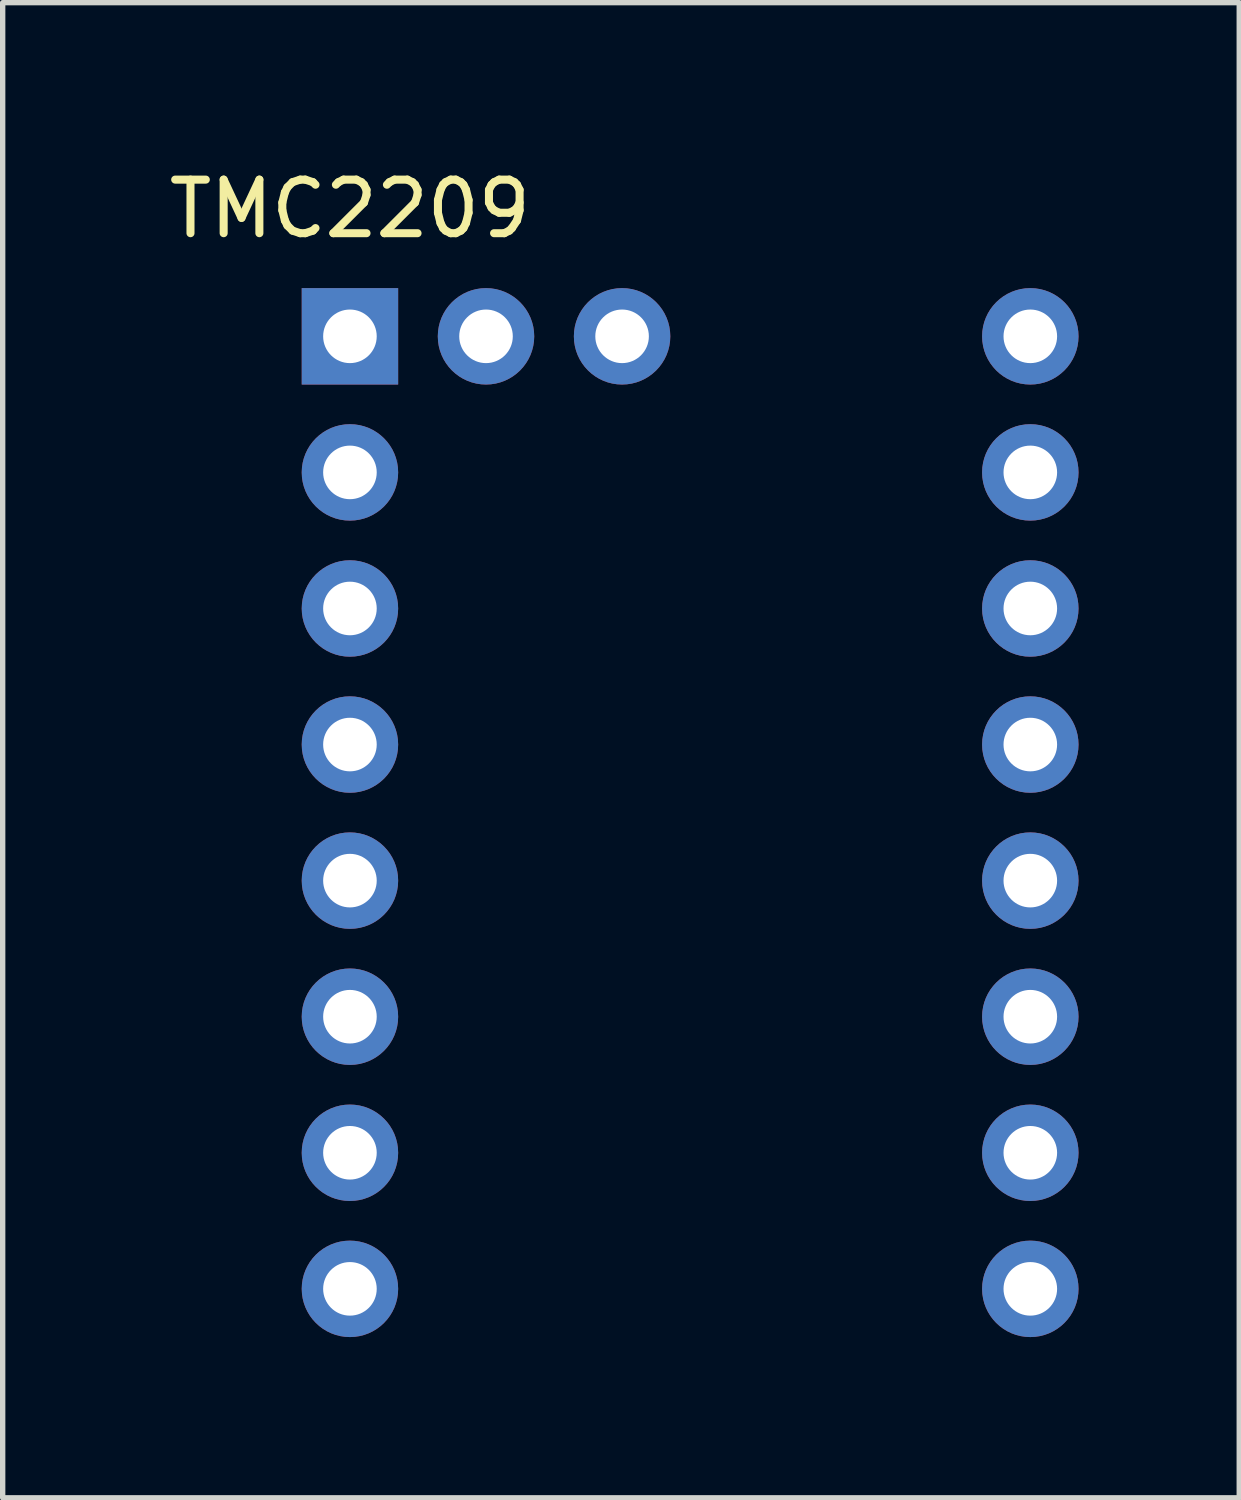
<source format=kicad_pcb>
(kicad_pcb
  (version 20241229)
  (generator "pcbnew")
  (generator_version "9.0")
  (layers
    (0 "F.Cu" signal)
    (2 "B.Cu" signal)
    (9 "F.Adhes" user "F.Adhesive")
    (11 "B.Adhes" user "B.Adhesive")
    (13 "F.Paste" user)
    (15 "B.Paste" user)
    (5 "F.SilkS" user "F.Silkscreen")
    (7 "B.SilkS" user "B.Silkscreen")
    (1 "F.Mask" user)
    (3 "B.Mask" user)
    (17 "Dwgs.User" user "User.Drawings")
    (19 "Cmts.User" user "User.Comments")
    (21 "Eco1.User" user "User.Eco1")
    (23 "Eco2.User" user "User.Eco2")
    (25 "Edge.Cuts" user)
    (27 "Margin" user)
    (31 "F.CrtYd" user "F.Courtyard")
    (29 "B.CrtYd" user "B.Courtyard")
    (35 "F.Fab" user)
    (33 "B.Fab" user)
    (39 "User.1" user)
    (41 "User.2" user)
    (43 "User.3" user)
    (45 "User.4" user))
  (footprint "TMC2209"
    (layer "F.Cu")
    (at 3.482 3.228)
    (property "Reference" "TMC2209" (at 0 -2.38 0) (layer "F.SilkS") (effects (font (size 1 1) (thickness 0.15))))
    (attr through_hole)
    (pad "A1" thru_hole circle (at 12.7 7.62) (size 1.8 1.8) (drill 1) (layers "*.Cu" "*.Mask"))
    (pad "A2" thru_hole circle (at 12.7 5.08) (size 1.8 1.8) (drill 1) (layers "*.Cu" "*.Mask"))
    (pad "B1" thru_hole circle (at 12.7 10.16) (size 1.8 1.8) (drill 1) (layers "*.Cu" "*.Mask"))
    (pad "B2" thru_hole circle (at 12.7 12.7) (size 1.8 1.8) (drill 1) (layers "*.Cu" "*.Mask"))
    (pad "CLK" thru_hole circle (at 0 12.7) (size 1.8 1.8) (drill 1) (layers "*.Cu" "*.Mask"))
    (pad "DIAG" thru_hole circle (at 5.08 0) (size 1.8 1.8) (drill 1) (layers "*.Cu" "*.Mask"))
    (pad "DIR" thru_hole circle (at 0 17.78) (size 1.8 1.8) (drill 1) (layers "*.Cu" "*.Mask"))
    (pad "EN" thru_hole rect (at 0 0) (size 1.8 1.8) (drill 1) (layers "*.Cu" "*.Mask"))
    (pad "GND" thru_hole circle (at 12.7 2.54 90) (size 1.8 1.8) (drill 1) (layers "*.Cu" "*.Mask"))
    (pad "GND" thru_hole circle (at 12.7 17.78) (size 1.8 1.8) (drill 1) (layers "*.Cu" "*.Mask"))
    (pad "INDEX" thru_hole circle (at 2.54 0) (size 1.8 1.8) (drill 1) (layers "*.Cu" "*.Mask"))
    (pad "MS1" thru_hole circle (at 0 2.54 90) (size 1.8 1.8) (drill 1) (layers "*.Cu" "*.Mask"))
    (pad "MS2" thru_hole circle (at 0 5.08) (size 1.8 1.8) (drill 1) (layers "*.Cu" "*.Mask"))
    (pad "Rx" thru_hole circle (at 0 7.62) (size 1.8 1.8) (drill 1) (layers "*.Cu" "*.Mask"))
    (pad "STEP" thru_hole circle (at 0 15.24) (size 1.8 1.8) (drill 1) (layers "*.Cu" "*.Mask"))
    (pad "Tx" thru_hole circle (at 0 10.16) (size 1.8 1.8) (drill 1) (layers "*.Cu" "*.Mask"))
    (pad "VIO" thru_hole circle (at 12.7 15.24) (size 1.8 1.8) (drill 1) (layers "*.Cu" "*.Mask"))
    (pad "Vs" thru_hole circle (at 12.7 0) (size 1.8 1.8) (drill 1) (layers "*.Cu" "*.Mask")))
  (gr_rect
    (start -3 -3)
    (end 20.082 24.908)
    (stroke (width 0.1) (type default))
    (fill no)
    (layer "Edge.Cuts")))
</source>
